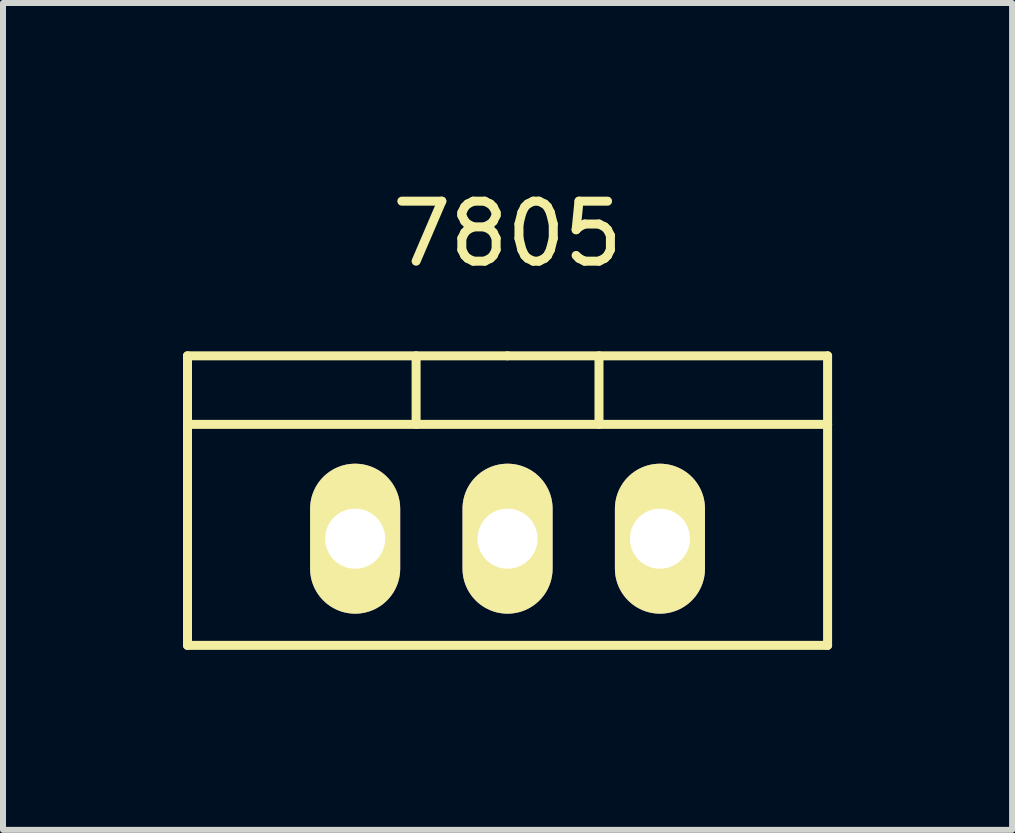
<source format=kicad_pcb>
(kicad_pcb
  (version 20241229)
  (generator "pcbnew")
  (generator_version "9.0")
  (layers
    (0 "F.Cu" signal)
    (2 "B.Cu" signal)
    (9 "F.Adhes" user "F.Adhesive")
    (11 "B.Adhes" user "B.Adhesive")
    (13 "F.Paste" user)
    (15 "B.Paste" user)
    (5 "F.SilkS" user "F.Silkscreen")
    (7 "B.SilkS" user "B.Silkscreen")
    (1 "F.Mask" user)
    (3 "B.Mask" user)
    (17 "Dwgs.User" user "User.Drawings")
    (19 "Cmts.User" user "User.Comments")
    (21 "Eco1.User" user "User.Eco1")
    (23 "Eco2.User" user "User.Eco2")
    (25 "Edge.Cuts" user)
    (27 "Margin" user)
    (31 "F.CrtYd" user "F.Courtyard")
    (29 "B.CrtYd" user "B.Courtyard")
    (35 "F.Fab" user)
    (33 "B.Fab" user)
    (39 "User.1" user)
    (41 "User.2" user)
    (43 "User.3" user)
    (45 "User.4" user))
  (footprint "7805"
    (layer "F.Cu")
    (at 5.409 5.928)
    (property "Reference" "7805" (at 0 -5.08 0) (layer "F.SilkS") (effects (font (size 1 1) (thickness 0.15))))
    (attr through_hole)
    (fp_line (start -5.334 -1.905) (end -5.334 -3.048) (stroke (width 0.15) (type solid)) (layer "F.SilkS"))
    (fp_line (start -5.334 1.778) (end -5.334 -1.905) (stroke (width 0.15) (type solid)) (layer "F.SilkS"))
    (fp_line (start -1.524 -3.048) (end -1.524 -1.905) (stroke (width 0.15) (type solid)) (layer "F.SilkS"))
    (fp_line (start 0 -3.048) (end -5.334 -3.048) (stroke (width 0.15) (type solid)) (layer "F.SilkS"))
    (fp_line (start 0 -3.048) (end 5.334 -3.048) (stroke (width 0.15) (type solid)) (layer "F.SilkS"))
    (fp_line (start 1.524 -3.048) (end 1.524 -1.905) (stroke (width 0.15) (type solid)) (layer "F.SilkS"))
    (fp_line (start 5.334 -3.048) (end 5.334 -1.905) (stroke (width 0.15) (type solid)) (layer "F.SilkS"))
    (fp_line (start 5.334 -1.905) (end -5.334 -1.905) (stroke (width 0.15) (type solid)) (layer "F.SilkS"))
    (fp_line (start 5.334 -1.905) (end 5.334 1.778) (stroke (width 0.15) (type solid)) (layer "F.SilkS"))
    (fp_line (start 5.334 1.778) (end -5.334 1.778) (stroke (width 0.15) (type solid)) (layer "F.SilkS"))
    (pad "1" thru_hole oval (at -2.54 0 90) (size 2.499 1.501) (drill 1.001) (layers "*.Cu" "*.Mask" "F.SilkS"))
    (pad "2" thru_hole oval (at 0 0 90) (size 2.499 1.501) (drill 1.001) (layers "*.Cu" "*.Mask" "F.SilkS"))
    (pad "3" thru_hole oval (at 2.54 0 90) (size 2.499 1.501) (drill 1.001) (layers "*.Cu" "*.Mask" "F.SilkS")))
  (gr_rect
    (start -3 -3)
    (end 13.818 10.781)
    (stroke (width 0.1) (type default))
    (fill no)
    (layer "Edge.Cuts")))
</source>
